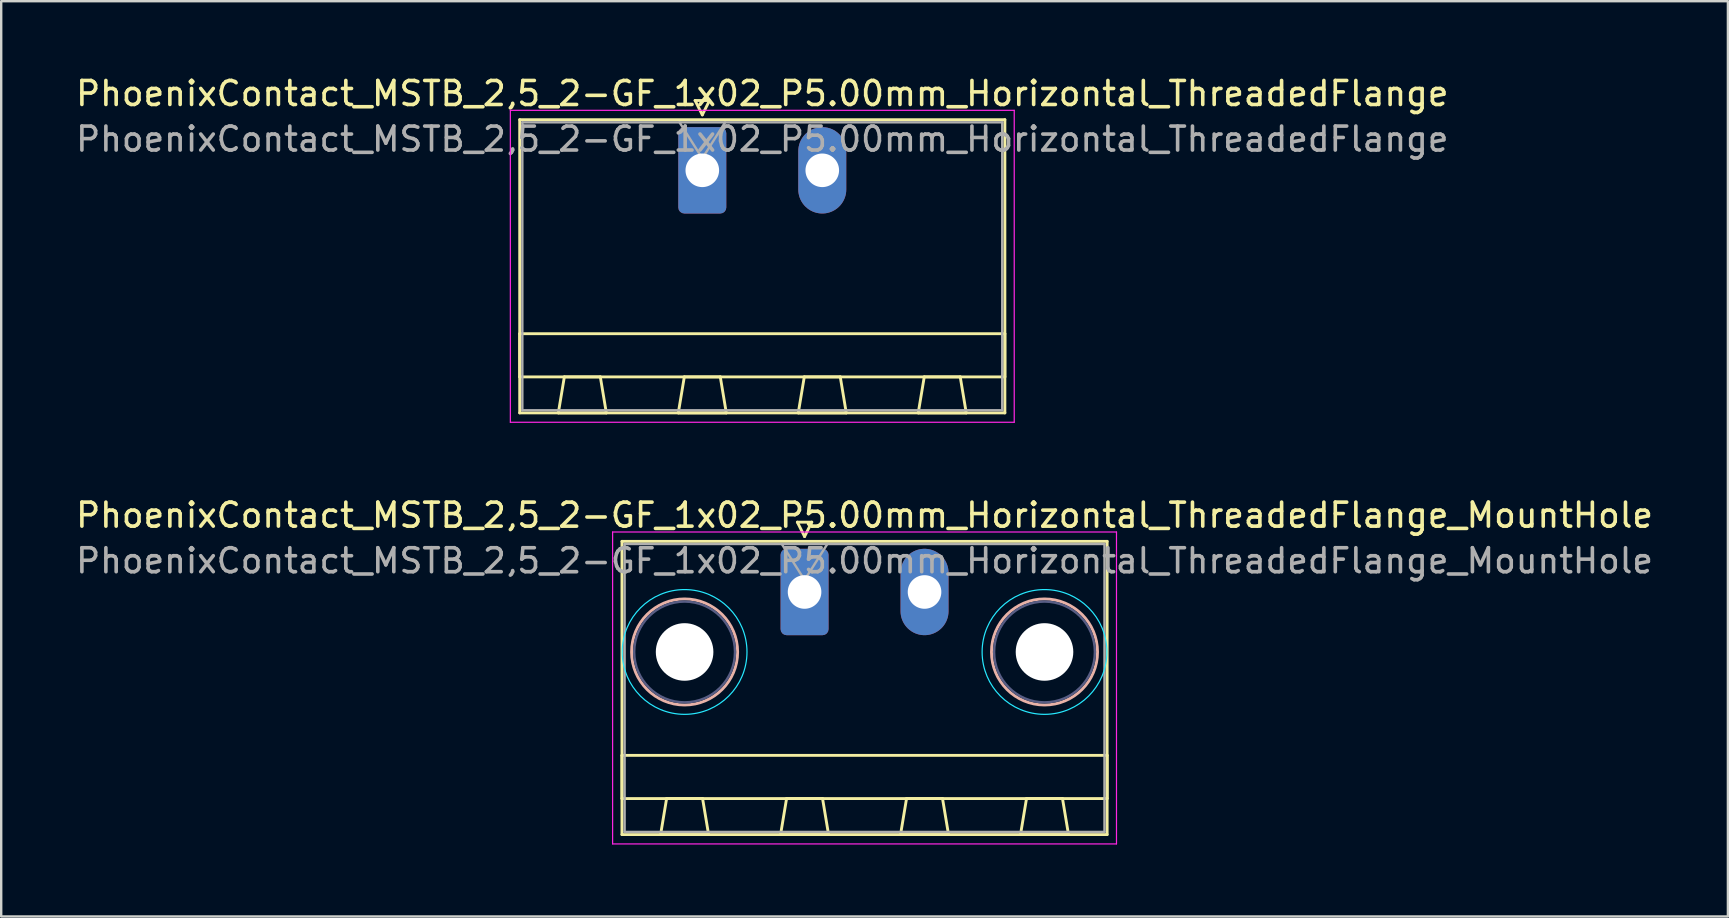
<source format=kicad_pcb>
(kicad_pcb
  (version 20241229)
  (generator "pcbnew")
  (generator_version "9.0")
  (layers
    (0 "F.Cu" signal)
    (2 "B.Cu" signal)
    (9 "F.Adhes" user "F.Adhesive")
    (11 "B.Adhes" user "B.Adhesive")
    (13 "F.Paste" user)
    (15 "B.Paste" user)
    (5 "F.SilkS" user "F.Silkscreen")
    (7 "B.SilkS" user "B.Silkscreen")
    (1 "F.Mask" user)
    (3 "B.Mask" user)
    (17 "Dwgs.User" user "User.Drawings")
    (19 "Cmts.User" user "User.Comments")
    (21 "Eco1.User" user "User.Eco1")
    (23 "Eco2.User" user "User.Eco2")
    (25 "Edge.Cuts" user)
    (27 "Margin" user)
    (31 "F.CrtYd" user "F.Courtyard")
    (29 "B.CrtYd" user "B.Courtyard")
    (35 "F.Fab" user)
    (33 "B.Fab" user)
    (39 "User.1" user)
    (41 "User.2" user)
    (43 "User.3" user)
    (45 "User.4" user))
  (footprint "PhoenixContact_MSTB_2,5_2-GF_1x02_P5.00mm_Horizontal_ThreadedFlange"
    (layer "F.Cu")
    (at 26.22 4.048)
    (property "Reference" "PhoenixContact_MSTB_2,5_2-GF_1x02_P5.00mm_Horizontal_ThreadedFlange" (at 2.5 -3.2 0) (layer "F.SilkS") (effects (font (size 1 1) (thickness 0.15))))
    (attr through_hole)
    (fp_line (start -7.61 -2.11) (end -7.61 10.11) (stroke (width 0.12) (type solid)) (layer "F.SilkS"))
    (fp_line (start -7.61 6.81) (end 12.61 6.81) (stroke (width 0.12) (type solid)) (layer "F.SilkS"))
    (fp_line (start -7.61 8.61) (end -7.61 6.81) (stroke (width 0.12) (type solid)) (layer "F.SilkS"))
    (fp_line (start -7.61 10.11) (end 12.61 10.11) (stroke (width 0.12) (type solid)) (layer "F.SilkS"))
    (fp_line (start -6 10.11) (end -4 10.11) (stroke (width 0.12) (type solid)) (layer "F.SilkS"))
    (fp_line (start -5.75 8.61) (end -6 10.11) (stroke (width 0.12) (type solid)) (layer "F.SilkS"))
    (fp_line (start -4.25 8.61) (end -5.75 8.61) (stroke (width 0.12) (type solid)) (layer "F.SilkS"))
    (fp_line (start -4 10.11) (end -4.25 8.61) (stroke (width 0.12) (type solid)) (layer "F.SilkS"))
    (fp_line (start -1 10.11) (end 1 10.11) (stroke (width 0.12) (type solid)) (layer "F.SilkS"))
    (fp_line (start -0.75 8.61) (end -1 10.11) (stroke (width 0.12) (type solid)) (layer "F.SilkS"))
    (fp_line (start -0.3 -2.91) (end 0.3 -2.91) (stroke (width 0.12) (type solid)) (layer "F.SilkS"))
    (fp_line (start 0 -2.31) (end -0.3 -2.91) (stroke (width 0.12) (type solid)) (layer "F.SilkS"))
    (fp_line (start 0.3 -2.91) (end 0 -2.31) (stroke (width 0.12) (type solid)) (layer "F.SilkS"))
    (fp_line (start 0.75 8.61) (end -0.75 8.61) (stroke (width 0.12) (type solid)) (layer "F.SilkS"))
    (fp_line (start 1 10.11) (end 0.75 8.61) (stroke (width 0.12) (type solid)) (layer "F.SilkS"))
    (fp_line (start 4 10.11) (end 6 10.11) (stroke (width 0.12) (type solid)) (layer "F.SilkS"))
    (fp_line (start 4.25 8.61) (end 4 10.11) (stroke (width 0.12) (type solid)) (layer "F.SilkS"))
    (fp_line (start 5.75 8.61) (end 4.25 8.61) (stroke (width 0.12) (type solid)) (layer "F.SilkS"))
    (fp_line (start 6 10.11) (end 5.75 8.61) (stroke (width 0.12) (type solid)) (layer "F.SilkS"))
    (fp_line (start 9 10.11) (end 11 10.11) (stroke (width 0.12) (type solid)) (layer "F.SilkS"))
    (fp_line (start 9.25 8.61) (end 9 10.11) (stroke (width 0.12) (type solid)) (layer "F.SilkS"))
    (fp_line (start 10.75 8.61) (end 9.25 8.61) (stroke (width 0.12) (type solid)) (layer "F.SilkS"))
    (fp_line (start 11 10.11) (end 10.75 8.61) (stroke (width 0.12) (type solid)) (layer "F.SilkS"))
    (fp_line (start 12.61 -2.11) (end -7.61 -2.11) (stroke (width 0.12) (type solid)) (layer "F.SilkS"))
    (fp_line (start 12.61 6.81) (end 12.61 8.61) (stroke (width 0.12) (type solid)) (layer "F.SilkS"))
    (fp_line (start 12.61 8.61) (end -7.61 8.61) (stroke (width 0.12) (type solid)) (layer "F.SilkS"))
    (fp_line (start 12.61 10.11) (end 12.61 -2.11) (stroke (width 0.12) (type solid)) (layer "F.SilkS"))
    (fp_line (start -8 -2.5) (end -8 10.5) (stroke (width 0.05) (type solid)) (layer "F.CrtYd"))
    (fp_line (start -8 10.5) (end 13 10.5) (stroke (width 0.05) (type solid)) (layer "F.CrtYd"))
    (fp_line (start 13 -2.5) (end -8 -2.5) (stroke (width 0.05) (type solid)) (layer "F.CrtYd"))
    (fp_line (start 13 10.5) (end 13 -2.5) (stroke (width 0.05) (type solid)) (layer "F.CrtYd"))
    (fp_line (start -7.5 -2) (end -7.5 10) (stroke (width 0.1) (type solid)) (layer "F.Fab"))
    (fp_line (start -7.5 10) (end 12.5 10) (stroke (width 0.1) (type solid)) (layer "F.Fab"))
    (fp_line (start 0 -0.5) (end -0.95 -2) (stroke (width 0.1) (type solid)) (layer "F.Fab"))
    (fp_line (start 0.95 -2) (end 0 -0.5) (stroke (width 0.1) (type solid)) (layer "F.Fab"))
    (fp_line (start 12.5 -2) (end -7.5 -2) (stroke (width 0.1) (type solid)) (layer "F.Fab"))
    (fp_line (start 12.5 10) (end 12.5 -2) (stroke (width 0.1) (type solid)) (layer "F.Fab"))
    (fp_text user "${REFERENCE}" (at 2.5 -1.3 0) (layer "F.Fab") (effects (font (size 1 1) (thickness 0.15))))
    (pad "1" thru_hole roundrect (at 0 0) (size 2 3.6) (drill 1.4) (layers "*.Cu" "*.Mask") (roundrect_rratio 0.125))
    (pad "2" thru_hole oval (at 5 0) (size 2 3.6) (drill 1.4) (layers "*.Cu" "*.Mask")))
  (footprint "PhoenixContact_MSTB_2,5_2-GF_1x02_P5.00mm_Horizontal_ThreadedFlange_MountHole"
    (layer "F.Cu")
    (at 30.482 21.622)
    (property "Reference" "PhoenixContact_MSTB_2,5_2-GF_1x02_P5.00mm_Horizontal_ThreadedFlange_MountHole" (at 2.5 -3.2 0) (layer "F.SilkS") (effects (font (size 1 1) (thickness 0.15))))
    (attr through_hole)
    (fp_line (start -7.61 -2.11) (end -7.61 10.11) (stroke (width 0.12) (type solid)) (layer "F.SilkS"))
    (fp_line (start -7.61 6.81) (end 12.61 6.81) (stroke (width 0.12) (type solid)) (layer "F.SilkS"))
    (fp_line (start -7.61 8.61) (end -7.61 6.81) (stroke (width 0.12) (type solid)) (layer "F.SilkS"))
    (fp_line (start -7.61 10.11) (end 12.61 10.11) (stroke (width 0.12) (type solid)) (layer "F.SilkS"))
    (fp_line (start -6 10.11) (end -4 10.11) (stroke (width 0.12) (type solid)) (layer "F.SilkS"))
    (fp_line (start -5.75 8.61) (end -6 10.11) (stroke (width 0.12) (type solid)) (layer "F.SilkS"))
    (fp_line (start -4.25 8.61) (end -5.75 8.61) (stroke (width 0.12) (type solid)) (layer "F.SilkS"))
    (fp_line (start -4 10.11) (end -4.25 8.61) (stroke (width 0.12) (type solid)) (layer "F.SilkS"))
    (fp_line (start -1 10.11) (end 1 10.11) (stroke (width 0.12) (type solid)) (layer "F.SilkS"))
    (fp_line (start -0.75 8.61) (end -1 10.11) (stroke (width 0.12) (type solid)) (layer "F.SilkS"))
    (fp_line (start -0.3 -2.91) (end 0.3 -2.91) (stroke (width 0.12) (type solid)) (layer "F.SilkS"))
    (fp_line (start 0 -2.31) (end -0.3 -2.91) (stroke (width 0.12) (type solid)) (layer "F.SilkS"))
    (fp_line (start 0.3 -2.91) (end 0 -2.31) (stroke (width 0.12) (type solid)) (layer "F.SilkS"))
    (fp_line (start 0.75 8.61) (end -0.75 8.61) (stroke (width 0.12) (type solid)) (layer "F.SilkS"))
    (fp_line (start 1 10.11) (end 0.75 8.61) (stroke (width 0.12) (type solid)) (layer "F.SilkS"))
    (fp_line (start 4 10.11) (end 6 10.11) (stroke (width 0.12) (type solid)) (layer "F.SilkS"))
    (fp_line (start 4.25 8.61) (end 4 10.11) (stroke (width 0.12) (type solid)) (layer "F.SilkS"))
    (fp_line (start 5.75 8.61) (end 4.25 8.61) (stroke (width 0.12) (type solid)) (layer "F.SilkS"))
    (fp_line (start 6 10.11) (end 5.75 8.61) (stroke (width 0.12) (type solid)) (layer "F.SilkS"))
    (fp_line (start 9 10.11) (end 11 10.11) (stroke (width 0.12) (type solid)) (layer "F.SilkS"))
    (fp_line (start 9.25 8.61) (end 9 10.11) (stroke (width 0.12) (type solid)) (layer "F.SilkS"))
    (fp_line (start 10.75 8.61) (end 9.25 8.61) (stroke (width 0.12) (type solid)) (layer "F.SilkS"))
    (fp_line (start 11 10.11) (end 10.75 8.61) (stroke (width 0.12) (type solid)) (layer "F.SilkS"))
    (fp_line (start 12.61 -2.11) (end -7.61 -2.11) (stroke (width 0.12) (type solid)) (layer "F.SilkS"))
    (fp_line (start 12.61 6.81) (end 12.61 8.61) (stroke (width 0.12) (type solid)) (layer "F.SilkS"))
    (fp_line (start 12.61 8.61) (end -7.61 8.61) (stroke (width 0.12) (type solid)) (layer "F.SilkS"))
    (fp_line (start 12.61 10.11) (end 12.61 -2.11) (stroke (width 0.12) (type solid)) (layer "F.SilkS"))
    (fp_circle (center -5 2.5) (end -2.79 2.5) (stroke (width 0.12) (type solid)) (fill no) (layer "B.SilkS"))
    (fp_circle (center 10 2.5) (end 12.21 2.5) (stroke (width 0.12) (type solid)) (fill no) (layer "B.SilkS"))
    (fp_circle (center -5 2.5) (end -2.4 2.5) (stroke (width 0.05) (type solid)) (fill no) (layer "B.CrtYd"))
    (fp_circle (center 10 2.5) (end 12.6 2.5) (stroke (width 0.05) (type solid)) (fill no) (layer "B.CrtYd"))
    (fp_line (start -8 -2.5) (end -8 10.5) (stroke (width 0.05) (type solid)) (layer "F.CrtYd"))
    (fp_line (start -8 10.5) (end 13 10.5) (stroke (width 0.05) (type solid)) (layer "F.CrtYd"))
    (fp_line (start 13 -2.5) (end -8 -2.5) (stroke (width 0.05) (type solid)) (layer "F.CrtYd"))
    (fp_line (start 13 10.5) (end 13 -2.5) (stroke (width 0.05) (type solid)) (layer "F.CrtYd"))
    (fp_circle (center -5 2.5) (end -2.9 2.5) (stroke (width 0.1) (type solid)) (fill no) (layer "B.Fab"))
    (fp_circle (center 10 2.5) (end 12.1 2.5) (stroke (width 0.1) (type solid)) (fill no) (layer "B.Fab"))
    (fp_line (start -7.5 -2) (end -7.5 10) (stroke (width 0.1) (type solid)) (layer "F.Fab"))
    (fp_line (start -7.5 10) (end 12.5 10) (stroke (width 0.1) (type solid)) (layer "F.Fab"))
    (fp_line (start 0 -0.5) (end -0.95 -2) (stroke (width 0.1) (type solid)) (layer "F.Fab"))
    (fp_line (start 0.95 -2) (end 0 -0.5) (stroke (width 0.1) (type solid)) (layer "F.Fab"))
    (fp_line (start 12.5 -2) (end -7.5 -2) (stroke (width 0.1) (type solid)) (layer "F.Fab"))
    (fp_line (start 12.5 10) (end 12.5 -2) (stroke (width 0.1) (type solid)) (layer "F.Fab"))
    (fp_text user "${REFERENCE}" (at 2.5 -1.3 0) (layer "F.Fab") (effects (font (size 1 1) (thickness 0.15))))
    (pad "" np_thru_hole circle (at -5 2.5) (size 2.4 2.4) (drill 2.4) (layers "*.Cu" "*.Mask"))
    (pad "" np_thru_hole circle (at 10 2.5) (size 2.4 2.4) (drill 2.4) (layers "*.Cu" "*.Mask"))
    (pad "1" thru_hole roundrect (at 0 0) (size 2 3.6) (drill 1.4) (layers "*.Cu" "*.Mask") (roundrect_rratio 0.125))
    (pad "2" thru_hole oval (at 5 0) (size 2 3.6) (drill 1.4) (layers "*.Cu" "*.Mask")))
  (gr_rect
    (start -3 -3)
    (end 68.964 35.147)
    (stroke (width 0.1) (type default))
    (fill no)
    (layer "Edge.Cuts")))
</source>
